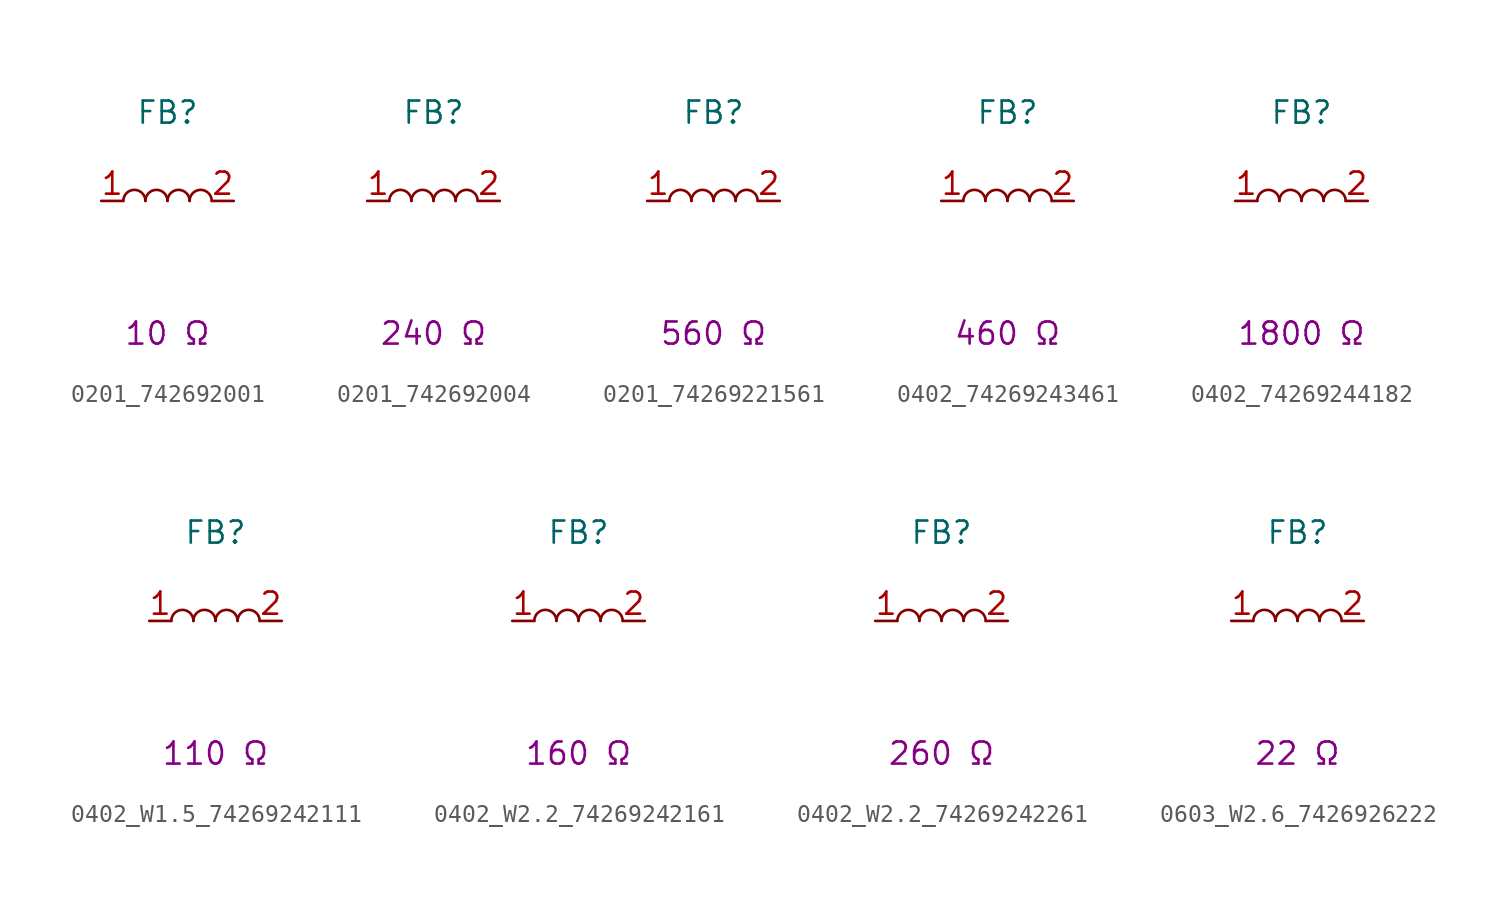
<source format=kicad_sym>
(kicad_symbol_lib
  (version 20220914)
  (generator kicad_symbol_editor)
  (symbol "0201_742692001"
    (pin_names hide)
    (property "Reference" "FB"
      (at 0 5.08 0)
      (effects (font (size 1.27 1.27))))
    (property "Critical Parameter" "10 Ω"
      (at 0 -7.62 0)
      (effects (font (size 1.27 1.27))))
    (symbol "0201_742692001_0_1"
      (arc (start -1.27 0) (mid -1.905 0.6323) (end -2.54 0) (stroke (width 0) (type default)) (fill (type none)))
      (arc (start 0 0) (mid -0.635 0.6323) (end -1.27 0) (stroke (width 0) (type default)) (fill (type none)))
      (arc (start 1.27 0) (mid 0.635 0.6323) (end 0 0) (stroke (width 0) (type default)) (fill (type none)))
      (arc (start 2.54 0) (mid 1.905 0.6323) (end 1.27 0) (stroke (width 0) (type default)) (fill (type none))))
    (symbol "0201_742692001_1_1"
      (pin passive line (at -3.81 0 0) (length 1.27) (name "1" (effects (font (size 1.27 1.27)))) (number "1" (effects (font (size 1.27 1.27)))))
      (pin passive line (at 3.81 0 180) (length 1.27) (name "2" (effects (font (size 1.27 1.27)))) (number "2" (effects (font (size 1.27 1.27)))))))
  (symbol "0201_742692004"
    (pin_names hide)
    (property "Reference" "FB"
      (at 0 5.08 0)
      (effects (font (size 1.27 1.27))))
    (property "Critical Parameter" "240 Ω"
      (at 0 -7.62 0)
      (effects (font (size 1.27 1.27))))
    (symbol "0201_742692004_0_1"
      (arc (start -1.27 0) (mid -1.905 0.6323) (end -2.54 0) (stroke (width 0) (type default)) (fill (type none)))
      (arc (start 0 0) (mid -0.635 0.6323) (end -1.27 0) (stroke (width 0) (type default)) (fill (type none)))
      (arc (start 1.27 0) (mid 0.635 0.6323) (end 0 0) (stroke (width 0) (type default)) (fill (type none)))
      (arc (start 2.54 0) (mid 1.905 0.6323) (end 1.27 0) (stroke (width 0) (type default)) (fill (type none))))
    (symbol "0201_742692004_1_1"
      (pin passive line (at -3.81 0 0) (length 1.27) (name "1" (effects (font (size 1.27 1.27)))) (number "1" (effects (font (size 1.27 1.27)))))
      (pin passive line (at 3.81 0 180) (length 1.27) (name "2" (effects (font (size 1.27 1.27)))) (number "2" (effects (font (size 1.27 1.27)))))))
  (symbol "0201_74269221561"
    (pin_names hide)
    (property "Reference" "FB"
      (at 0 5.08 0)
      (effects (font (size 1.27 1.27))))
    (property "Critical Parameter" "560 Ω"
      (at 0 -7.62 0)
      (effects (font (size 1.27 1.27))))
    (symbol "0201_74269221561_0_1"
      (arc (start -1.27 0) (mid -1.905 0.6323) (end -2.54 0) (stroke (width 0) (type default)) (fill (type none)))
      (arc (start 0 0) (mid -0.635 0.6323) (end -1.27 0) (stroke (width 0) (type default)) (fill (type none)))
      (arc (start 1.27 0) (mid 0.635 0.6323) (end 0 0) (stroke (width 0) (type default)) (fill (type none)))
      (arc (start 2.54 0) (mid 1.905 0.6323) (end 1.27 0) (stroke (width 0) (type default)) (fill (type none))))
    (symbol "0201_74269221561_1_1"
      (pin passive line (at -3.81 0 0) (length 1.27) (name "1" (effects (font (size 1.27 1.27)))) (number "1" (effects (font (size 1.27 1.27)))))
      (pin passive line (at 3.81 0 180) (length 1.27) (name "2" (effects (font (size 1.27 1.27)))) (number "2" (effects (font (size 1.27 1.27)))))))
  (symbol "0402_74269243461"
    (pin_names hide)
    (property "Reference" "FB"
      (at 0 5.08 0)
      (effects (font (size 1.27 1.27))))
    (property "Critical Parameter" "460 Ω"
      (at 0 -7.62 0)
      (effects (font (size 1.27 1.27))))
    (symbol "0402_74269243461_0_1"
      (arc (start -1.27 0) (mid -1.905 0.6323) (end -2.54 0) (stroke (width 0) (type default)) (fill (type none)))
      (arc (start 0 0) (mid -0.635 0.6323) (end -1.27 0) (stroke (width 0) (type default)) (fill (type none)))
      (arc (start 1.27 0) (mid 0.635 0.6323) (end 0 0) (stroke (width 0) (type default)) (fill (type none)))
      (arc (start 2.54 0) (mid 1.905 0.6323) (end 1.27 0) (stroke (width 0) (type default)) (fill (type none))))
    (symbol "0402_74269243461_1_1"
      (pin passive line (at -3.81 0 0) (length 1.27) (name "1" (effects (font (size 1.27 1.27)))) (number "1" (effects (font (size 1.27 1.27)))))
      (pin passive line (at 3.81 0 180) (length 1.27) (name "2" (effects (font (size 1.27 1.27)))) (number "2" (effects (font (size 1.27 1.27)))))))
  (symbol "0402_74269244182"
    (pin_names hide)
    (property "Reference" "FB"
      (at 0 5.08 0)
      (effects (font (size 1.27 1.27))))
    (property "Critical Parameter" "1800 Ω"
      (at 0 -7.62 0)
      (effects (font (size 1.27 1.27))))
    (symbol "0402_74269244182_0_1"
      (arc (start -1.27 0) (mid -1.905 0.6323) (end -2.54 0) (stroke (width 0) (type default)) (fill (type none)))
      (arc (start 0 0) (mid -0.635 0.6323) (end -1.27 0) (stroke (width 0) (type default)) (fill (type none)))
      (arc (start 1.27 0) (mid 0.635 0.6323) (end 0 0) (stroke (width 0) (type default)) (fill (type none)))
      (arc (start 2.54 0) (mid 1.905 0.6323) (end 1.27 0) (stroke (width 0) (type default)) (fill (type none))))
    (symbol "0402_74269244182_1_1"
      (pin passive line (at -3.81 0 0) (length 1.27) (name "1" (effects (font (size 1.27 1.27)))) (number "1" (effects (font (size 1.27 1.27)))))
      (pin passive line (at 3.81 0 180) (length 1.27) (name "2" (effects (font (size 1.27 1.27)))) (number "2" (effects (font (size 1.27 1.27)))))))
  (symbol "0402_W1.5_74269242111"
    (pin_names hide)
    (property "Reference" "FB"
      (at 0 5.08 0)
      (effects (font (size 1.27 1.27))))
    (property "Critical Parameter" "110 Ω"
      (at 0 -7.62 0)
      (effects (font (size 1.27 1.27))))
    (symbol "0402_W1.5_74269242111_0_1"
      (arc (start -1.27 0) (mid -1.905 0.6323) (end -2.54 0) (stroke (width 0) (type default)) (fill (type none)))
      (arc (start 0 0) (mid -0.635 0.6323) (end -1.27 0) (stroke (width 0) (type default)) (fill (type none)))
      (arc (start 1.27 0) (mid 0.635 0.6323) (end 0 0) (stroke (width 0) (type default)) (fill (type none)))
      (arc (start 2.54 0) (mid 1.905 0.6323) (end 1.27 0) (stroke (width 0) (type default)) (fill (type none))))
    (symbol "0402_W1.5_74269242111_1_1"
      (pin passive line (at -3.81 0 0) (length 1.27) (name "1" (effects (font (size 1.27 1.27)))) (number "1" (effects (font (size 1.27 1.27)))))
      (pin passive line (at 3.81 0 180) (length 1.27) (name "2" (effects (font (size 1.27 1.27)))) (number "2" (effects (font (size 1.27 1.27)))))))
  (symbol "0402_W2.2_74269242161"
    (pin_names hide)
    (property "Reference" "FB"
      (at 0 5.08 0)
      (effects (font (size 1.27 1.27))))
    (property "Critical Parameter" "160 Ω"
      (at 0 -7.62 0)
      (effects (font (size 1.27 1.27))))
    (symbol "0402_W2.2_74269242161_0_1"
      (arc (start -1.27 0) (mid -1.905 0.6323) (end -2.54 0) (stroke (width 0) (type default)) (fill (type none)))
      (arc (start 0 0) (mid -0.635 0.6323) (end -1.27 0) (stroke (width 0) (type default)) (fill (type none)))
      (arc (start 1.27 0) (mid 0.635 0.6323) (end 0 0) (stroke (width 0) (type default)) (fill (type none)))
      (arc (start 2.54 0) (mid 1.905 0.6323) (end 1.27 0) (stroke (width 0) (type default)) (fill (type none))))
    (symbol "0402_W2.2_74269242161_1_1"
      (pin passive line (at -3.81 0 0) (length 1.27) (name "1" (effects (font (size 1.27 1.27)))) (number "1" (effects (font (size 1.27 1.27)))))
      (pin passive line (at 3.81 0 180) (length 1.27) (name "2" (effects (font (size 1.27 1.27)))) (number "2" (effects (font (size 1.27 1.27)))))))
  (symbol "0402_W2.2_74269242261"
    (pin_names hide)
    (property "Reference" "FB"
      (at 0 5.08 0)
      (effects (font (size 1.27 1.27))))
    (property "Critical Parameter" "260 Ω"
      (at 0 -7.62 0)
      (effects (font (size 1.27 1.27))))
    (symbol "0402_W2.2_74269242261_0_1"
      (arc (start -1.27 0) (mid -1.905 0.6323) (end -2.54 0) (stroke (width 0) (type default)) (fill (type none)))
      (arc (start 0 0) (mid -0.635 0.6323) (end -1.27 0) (stroke (width 0) (type default)) (fill (type none)))
      (arc (start 1.27 0) (mid 0.635 0.6323) (end 0 0) (stroke (width 0) (type default)) (fill (type none)))
      (arc (start 2.54 0) (mid 1.905 0.6323) (end 1.27 0) (stroke (width 0) (type default)) (fill (type none))))
    (symbol "0402_W2.2_74269242261_1_1"
      (pin passive line (at -3.81 0 0) (length 1.27) (name "1" (effects (font (size 1.27 1.27)))) (number "1" (effects (font (size 1.27 1.27)))))
      (pin passive line (at 3.81 0 180) (length 1.27) (name "2" (effects (font (size 1.27 1.27)))) (number "2" (effects (font (size 1.27 1.27)))))))
  (symbol "0603_W2.6_7426926222"
    (pin_names hide)
    (property "Reference" "FB"
      (at 0 5.08 0)
      (effects (font (size 1.27 1.27))))
    (property "Critical Parameter" "22 Ω"
      (at 0 -7.62 0)
      (effects (font (size 1.27 1.27))))
    (symbol "0603_W2.6_7426926222_0_1"
      (arc (start -1.27 0) (mid -1.905 0.6323) (end -2.54 0) (stroke (width 0) (type default)) (fill (type none)))
      (arc (start 0 0) (mid -0.635 0.6323) (end -1.27 0) (stroke (width 0) (type default)) (fill (type none)))
      (arc (start 1.27 0) (mid 0.635 0.6323) (end 0 0) (stroke (width 0) (type default)) (fill (type none)))
      (arc (start 2.54 0) (mid 1.905 0.6323) (end 1.27 0) (stroke (width 0) (type default)) (fill (type none))))
    (symbol "0603_W2.6_7426926222_1_1"
      (pin passive line (at -3.81 0 0) (length 1.27) (name "1" (effects (font (size 1.27 1.27)))) (number "1" (effects (font (size 1.27 1.27)))))
      (pin passive line (at 3.81 0 180) (length 1.27) (name "2" (effects (font (size 1.27 1.27)))) (number "2" (effects (font (size 1.27 1.27))))))))
</source>
